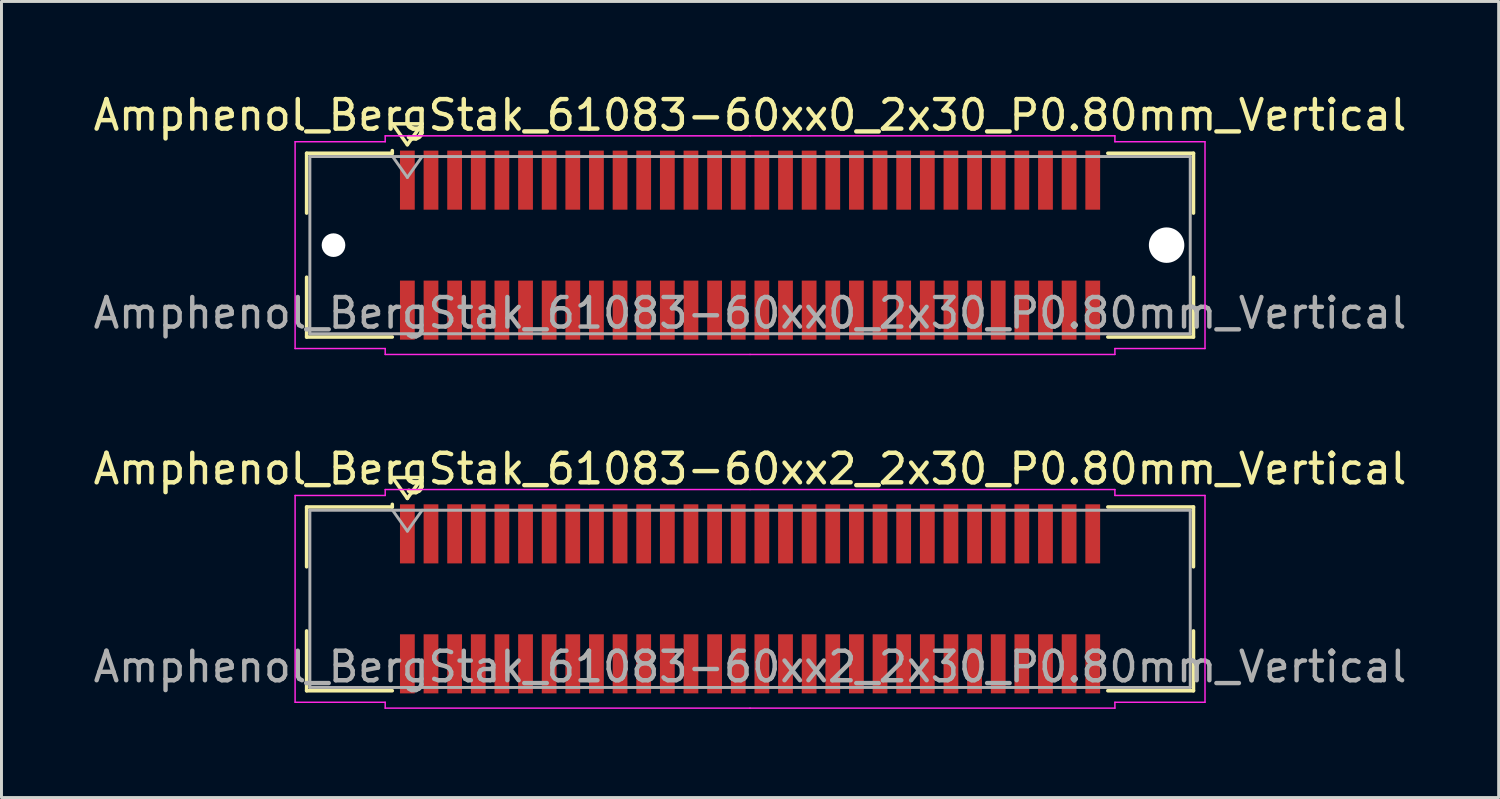
<source format=kicad_pcb>
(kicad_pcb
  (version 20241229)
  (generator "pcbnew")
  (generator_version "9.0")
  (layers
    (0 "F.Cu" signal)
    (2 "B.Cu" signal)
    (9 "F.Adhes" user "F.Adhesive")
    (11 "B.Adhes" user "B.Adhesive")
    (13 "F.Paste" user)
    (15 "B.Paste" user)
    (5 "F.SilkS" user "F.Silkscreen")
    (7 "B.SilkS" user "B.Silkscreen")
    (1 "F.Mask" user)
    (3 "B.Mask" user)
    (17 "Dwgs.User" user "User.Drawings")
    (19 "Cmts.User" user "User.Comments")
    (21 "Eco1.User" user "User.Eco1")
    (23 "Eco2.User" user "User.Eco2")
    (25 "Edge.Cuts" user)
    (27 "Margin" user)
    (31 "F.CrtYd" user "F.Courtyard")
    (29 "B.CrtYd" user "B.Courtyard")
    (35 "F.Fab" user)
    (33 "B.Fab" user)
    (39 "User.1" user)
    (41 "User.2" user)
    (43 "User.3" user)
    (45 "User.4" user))
  (footprint "Amphenol_BergStak_61083-60xx0_2x30_P0.80mm_Vertical"
    (layer "F.Cu")
    (at 22.339 5.248)
    (property "Reference" "Amphenol_BergStak_61083-60xx0_2x30_P0.80mm_Vertical" (at 0 -4.4 0) (layer "F.SilkS") (effects (font (size 1 1) (thickness 0.15))))
    (attr smd)
    (fp_line (start -15.01 -3.11) (end -12.11 -3.11) (stroke (width 0.12) (type solid)) (layer "F.SilkS"))
    (fp_line (start -15.01 -1.085) (end -15.01 -3.11) (stroke (width 0.12) (type solid)) (layer "F.SilkS"))
    (fp_line (start -15.01 1.085) (end -15.01 3.11) (stroke (width 0.12) (type solid)) (layer "F.SilkS"))
    (fp_line (start -15.01 3.11) (end -12.11 3.11) (stroke (width 0.12) (type solid)) (layer "F.SilkS"))
    (fp_line (start -12.11 -3.11) (end -12.11 -3.2) (stroke (width 0.12) (type solid)) (layer "F.SilkS"))
    (fp_line (start -12.1 -4.107) (end -11.6 -3.4) (stroke (width 0.12) (type solid)) (layer "F.SilkS"))
    (fp_line (start -11.6 -3.4) (end -11.1 -4.107) (stroke (width 0.12) (type solid)) (layer "F.SilkS"))
    (fp_line (start -11.1 -4.107) (end -12.1 -4.107) (stroke (width 0.12) (type solid)) (layer "F.SilkS"))
    (fp_line (start 15.01 -3.11) (end 12.11 -3.11) (stroke (width 0.12) (type solid)) (layer "F.SilkS"))
    (fp_line (start 15.01 -1.085) (end 15.01 -3.11) (stroke (width 0.12) (type solid)) (layer "F.SilkS"))
    (fp_line (start 15.01 1.085) (end 15.01 3.11) (stroke (width 0.12) (type solid)) (layer "F.SilkS"))
    (fp_line (start 15.01 3.11) (end 12.11 3.11) (stroke (width 0.12) (type solid)) (layer "F.SilkS"))
    (fp_line (start -15.4 -3.5) (end -15.4 3.5) (stroke (width 0.05) (type solid)) (layer "F.CrtYd"))
    (fp_line (start -15.4 3.5) (end -12.35 3.5) (stroke (width 0.05) (type solid)) (layer "F.CrtYd"))
    (fp_line (start -12.35 -3.7) (end -12.35 -3.5) (stroke (width 0.05) (type solid)) (layer "F.CrtYd"))
    (fp_line (start -12.35 -3.5) (end -15.4 -3.5) (stroke (width 0.05) (type solid)) (layer "F.CrtYd"))
    (fp_line (start -12.35 3.5) (end -12.35 3.7) (stroke (width 0.05) (type solid)) (layer "F.CrtYd"))
    (fp_line (start -12.35 3.7) (end 0 3.7) (stroke (width 0.05) (type solid)) (layer "F.CrtYd"))
    (fp_line (start 0 -3.7) (end -12.35 -3.7) (stroke (width 0.05) (type solid)) (layer "F.CrtYd"))
    (fp_line (start 0 -3.7) (end 12.35 -3.7) (stroke (width 0.05) (type solid)) (layer "F.CrtYd"))
    (fp_line (start 12.35 -3.7) (end 12.35 -3.5) (stroke (width 0.05) (type solid)) (layer "F.CrtYd"))
    (fp_line (start 12.35 -3.5) (end 15.4 -3.5) (stroke (width 0.05) (type solid)) (layer "F.CrtYd"))
    (fp_line (start 12.35 3.5) (end 12.35 3.7) (stroke (width 0.05) (type solid)) (layer "F.CrtYd"))
    (fp_line (start 12.35 3.7) (end 0 3.7) (stroke (width 0.05) (type solid)) (layer "F.CrtYd"))
    (fp_line (start 15.4 -3.5) (end 15.4 3.5) (stroke (width 0.05) (type solid)) (layer "F.CrtYd"))
    (fp_line (start 15.4 3.5) (end 12.35 3.5) (stroke (width 0.05) (type solid)) (layer "F.CrtYd"))
    (fp_line (start -14.9 -3) (end -14.9 3) (stroke (width 0.1) (type solid)) (layer "F.Fab"))
    (fp_line (start -14.9 3) (end 14.9 3) (stroke (width 0.1) (type solid)) (layer "F.Fab"))
    (fp_line (start -12.1 -3) (end -11.6 -2.293) (stroke (width 0.1) (type solid)) (layer "F.Fab"))
    (fp_line (start -11.6 -2.293) (end -11.1 -3) (stroke (width 0.1) (type solid)) (layer "F.Fab"))
    (fp_line (start 14.9 -3) (end -14.9 -3) (stroke (width 0.1) (type solid)) (layer "F.Fab"))
    (fp_line (start 14.9 3) (end 14.9 -3) (stroke (width 0.1) (type solid)) (layer "F.Fab"))
    (fp_text user "${REFERENCE}" (at 0 2.3 0) (layer "F.Fab") (effects (font (size 1 1) (thickness 0.15))))
    (pad "" np_thru_hole circle (at -14.1 0) (size 0.8 0.8) (drill 0.8) (layers "*.Cu" "*.Mask"))
    (pad "" np_thru_hole circle (at 14.1 0) (size 1.2 1.2) (drill 1.2) (layers "*.Cu" "*.Mask"))
    (pad "1" smd rect (at -11.6 -2.2) (size 0.5 2) (layers "F.Cu" "F.Mask" "F.Paste"))
    (pad "2" smd rect (at -11.6 2.2) (size 0.5 2) (layers "F.Cu" "F.Mask" "F.Paste"))
    (pad "3" smd rect (at -10.8 -2.2) (size 0.5 2) (layers "F.Cu" "F.Mask" "F.Paste"))
    (pad "4" smd rect (at -10.8 2.2) (size 0.5 2) (layers "F.Cu" "F.Mask" "F.Paste"))
    (pad "5" smd rect (at -10 -2.2) (size 0.5 2) (layers "F.Cu" "F.Mask" "F.Paste"))
    (pad "6" smd rect (at -10 2.2) (size 0.5 2) (layers "F.Cu" "F.Mask" "F.Paste"))
    (pad "7" smd rect (at -9.2 -2.2) (size 0.5 2) (layers "F.Cu" "F.Mask" "F.Paste"))
    (pad "8" smd rect (at -9.2 2.2) (size 0.5 2) (layers "F.Cu" "F.Mask" "F.Paste"))
    (pad "9" smd rect (at -8.4 -2.2) (size 0.5 2) (layers "F.Cu" "F.Mask" "F.Paste"))
    (pad "10" smd rect (at -8.4 2.2) (size 0.5 2) (layers "F.Cu" "F.Mask" "F.Paste"))
    (pad "11" smd rect (at -7.6 -2.2) (size 0.5 2) (layers "F.Cu" "F.Mask" "F.Paste"))
    (pad "12" smd rect (at -7.6 2.2) (size 0.5 2) (layers "F.Cu" "F.Mask" "F.Paste"))
    (pad "13" smd rect (at -6.8 -2.2) (size 0.5 2) (layers "F.Cu" "F.Mask" "F.Paste"))
    (pad "14" smd rect (at -6.8 2.2) (size 0.5 2) (layers "F.Cu" "F.Mask" "F.Paste"))
    (pad "15" smd rect (at -6 -2.2) (size 0.5 2) (layers "F.Cu" "F.Mask" "F.Paste"))
    (pad "16" smd rect (at -6 2.2) (size 0.5 2) (layers "F.Cu" "F.Mask" "F.Paste"))
    (pad "17" smd rect (at -5.2 -2.2) (size 0.5 2) (layers "F.Cu" "F.Mask" "F.Paste"))
    (pad "18" smd rect (at -5.2 2.2) (size 0.5 2) (layers "F.Cu" "F.Mask" "F.Paste"))
    (pad "19" smd rect (at -4.4 -2.2) (size 0.5 2) (layers "F.Cu" "F.Mask" "F.Paste"))
    (pad "20" smd rect (at -4.4 2.2) (size 0.5 2) (layers "F.Cu" "F.Mask" "F.Paste"))
    (pad "21" smd rect (at -3.6 -2.2) (size 0.5 2) (layers "F.Cu" "F.Mask" "F.Paste"))
    (pad "22" smd rect (at -3.6 2.2) (size 0.5 2) (layers "F.Cu" "F.Mask" "F.Paste"))
    (pad "23" smd rect (at -2.8 -2.2) (size 0.5 2) (layers "F.Cu" "F.Mask" "F.Paste"))
    (pad "24" smd rect (at -2.8 2.2) (size 0.5 2) (layers "F.Cu" "F.Mask" "F.Paste"))
    (pad "25" smd rect (at -2 -2.2) (size 0.5 2) (layers "F.Cu" "F.Mask" "F.Paste"))
    (pad "26" smd rect (at -2 2.2) (size 0.5 2) (layers "F.Cu" "F.Mask" "F.Paste"))
    (pad "27" smd rect (at -1.2 -2.2) (size 0.5 2) (layers "F.Cu" "F.Mask" "F.Paste"))
    (pad "28" smd rect (at -1.2 2.2) (size 0.5 2) (layers "F.Cu" "F.Mask" "F.Paste"))
    (pad "29" smd rect (at -0.4 -2.2) (size 0.5 2) (layers "F.Cu" "F.Mask" "F.Paste"))
    (pad "30" smd rect (at -0.4 2.2) (size 0.5 2) (layers "F.Cu" "F.Mask" "F.Paste"))
    (pad "31" smd rect (at 0.4 -2.2) (size 0.5 2) (layers "F.Cu" "F.Mask" "F.Paste"))
    (pad "32" smd rect (at 0.4 2.2) (size 0.5 2) (layers "F.Cu" "F.Mask" "F.Paste"))
    (pad "33" smd rect (at 1.2 -2.2) (size 0.5 2) (layers "F.Cu" "F.Mask" "F.Paste"))
    (pad "34" smd rect (at 1.2 2.2) (size 0.5 2) (layers "F.Cu" "F.Mask" "F.Paste"))
    (pad "35" smd rect (at 2 -2.2) (size 0.5 2) (layers "F.Cu" "F.Mask" "F.Paste"))
    (pad "36" smd rect (at 2 2.2) (size 0.5 2) (layers "F.Cu" "F.Mask" "F.Paste"))
    (pad "37" smd rect (at 2.8 -2.2) (size 0.5 2) (layers "F.Cu" "F.Mask" "F.Paste"))
    (pad "38" smd rect (at 2.8 2.2) (size 0.5 2) (layers "F.Cu" "F.Mask" "F.Paste"))
    (pad "39" smd rect (at 3.6 -2.2) (size 0.5 2) (layers "F.Cu" "F.Mask" "F.Paste"))
    (pad "40" smd rect (at 3.6 2.2) (size 0.5 2) (layers "F.Cu" "F.Mask" "F.Paste"))
    (pad "41" smd rect (at 4.4 -2.2) (size 0.5 2) (layers "F.Cu" "F.Mask" "F.Paste"))
    (pad "42" smd rect (at 4.4 2.2) (size 0.5 2) (layers "F.Cu" "F.Mask" "F.Paste"))
    (pad "43" smd rect (at 5.2 -2.2) (size 0.5 2) (layers "F.Cu" "F.Mask" "F.Paste"))
    (pad "44" smd rect (at 5.2 2.2) (size 0.5 2) (layers "F.Cu" "F.Mask" "F.Paste"))
    (pad "45" smd rect (at 6 -2.2) (size 0.5 2) (layers "F.Cu" "F.Mask" "F.Paste"))
    (pad "46" smd rect (at 6 2.2) (size 0.5 2) (layers "F.Cu" "F.Mask" "F.Paste"))
    (pad "47" smd rect (at 6.8 -2.2) (size 0.5 2) (layers "F.Cu" "F.Mask" "F.Paste"))
    (pad "48" smd rect (at 6.8 2.2) (size 0.5 2) (layers "F.Cu" "F.Mask" "F.Paste"))
    (pad "49" smd rect (at 7.6 -2.2) (size 0.5 2) (layers "F.Cu" "F.Mask" "F.Paste"))
    (pad "50" smd rect (at 7.6 2.2) (size 0.5 2) (layers "F.Cu" "F.Mask" "F.Paste"))
    (pad "51" smd rect (at 8.4 -2.2) (size 0.5 2) (layers "F.Cu" "F.Mask" "F.Paste"))
    (pad "52" smd rect (at 8.4 2.2) (size 0.5 2) (layers "F.Cu" "F.Mask" "F.Paste"))
    (pad "53" smd rect (at 9.2 -2.2) (size 0.5 2) (layers "F.Cu" "F.Mask" "F.Paste"))
    (pad "54" smd rect (at 9.2 2.2) (size 0.5 2) (layers "F.Cu" "F.Mask" "F.Paste"))
    (pad "55" smd rect (at 10 -2.2) (size 0.5 2) (layers "F.Cu" "F.Mask" "F.Paste"))
    (pad "56" smd rect (at 10 2.2) (size 0.5 2) (layers "F.Cu" "F.Mask" "F.Paste"))
    (pad "57" smd rect (at 10.8 -2.2) (size 0.5 2) (layers "F.Cu" "F.Mask" "F.Paste"))
    (pad "58" smd rect (at 10.8 2.2) (size 0.5 2) (layers "F.Cu" "F.Mask" "F.Paste"))
    (pad "59" smd rect (at 11.6 -2.2) (size 0.5 2) (layers "F.Cu" "F.Mask" "F.Paste"))
    (pad "60" smd rect (at 11.6 2.2) (size 0.5 2) (layers "F.Cu" "F.Mask" "F.Paste")))
  (footprint "Amphenol_BergStak_61083-60xx2_2x30_P0.80mm_Vertical"
    (layer "F.Cu")
    (at 22.339 17.221)
    (property "Reference" "Amphenol_BergStak_61083-60xx2_2x30_P0.80mm_Vertical" (at 0 -4.4 0) (layer "F.SilkS") (effects (font (size 1 1) (thickness 0.15))))
    (attr smd)
    (fp_line (start -15.01 -3.11) (end -12.11 -3.11) (stroke (width 0.12) (type solid)) (layer "F.SilkS"))
    (fp_line (start -15.01 -1.085) (end -15.01 -3.11) (stroke (width 0.12) (type solid)) (layer "F.SilkS"))
    (fp_line (start -15.01 1.085) (end -15.01 3.11) (stroke (width 0.12) (type solid)) (layer "F.SilkS"))
    (fp_line (start -15.01 3.11) (end -12.11 3.11) (stroke (width 0.12) (type solid)) (layer "F.SilkS"))
    (fp_line (start -12.11 -3.11) (end -12.11 -3.2) (stroke (width 0.12) (type solid)) (layer "F.SilkS"))
    (fp_line (start -12.1 -4.107) (end -11.6 -3.4) (stroke (width 0.12) (type solid)) (layer "F.SilkS"))
    (fp_line (start -11.6 -3.4) (end -11.1 -4.107) (stroke (width 0.12) (type solid)) (layer "F.SilkS"))
    (fp_line (start -11.1 -4.107) (end -12.1 -4.107) (stroke (width 0.12) (type solid)) (layer "F.SilkS"))
    (fp_line (start 15.01 -3.11) (end 12.11 -3.11) (stroke (width 0.12) (type solid)) (layer "F.SilkS"))
    (fp_line (start 15.01 -1.085) (end 15.01 -3.11) (stroke (width 0.12) (type solid)) (layer "F.SilkS"))
    (fp_line (start 15.01 1.085) (end 15.01 3.11) (stroke (width 0.12) (type solid)) (layer "F.SilkS"))
    (fp_line (start 15.01 3.11) (end 12.11 3.11) (stroke (width 0.12) (type solid)) (layer "F.SilkS"))
    (fp_line (start -15.4 -3.5) (end -15.4 3.5) (stroke (width 0.05) (type solid)) (layer "F.CrtYd"))
    (fp_line (start -15.4 3.5) (end -12.35 3.5) (stroke (width 0.05) (type solid)) (layer "F.CrtYd"))
    (fp_line (start -12.35 -3.7) (end -12.35 -3.5) (stroke (width 0.05) (type solid)) (layer "F.CrtYd"))
    (fp_line (start -12.35 -3.5) (end -15.4 -3.5) (stroke (width 0.05) (type solid)) (layer "F.CrtYd"))
    (fp_line (start -12.35 3.5) (end -12.35 3.7) (stroke (width 0.05) (type solid)) (layer "F.CrtYd"))
    (fp_line (start -12.35 3.7) (end 0 3.7) (stroke (width 0.05) (type solid)) (layer "F.CrtYd"))
    (fp_line (start 0 -3.7) (end -12.35 -3.7) (stroke (width 0.05) (type solid)) (layer "F.CrtYd"))
    (fp_line (start 0 -3.7) (end 12.35 -3.7) (stroke (width 0.05) (type solid)) (layer "F.CrtYd"))
    (fp_line (start 12.35 -3.7) (end 12.35 -3.5) (stroke (width 0.05) (type solid)) (layer "F.CrtYd"))
    (fp_line (start 12.35 -3.5) (end 15.4 -3.5) (stroke (width 0.05) (type solid)) (layer "F.CrtYd"))
    (fp_line (start 12.35 3.5) (end 12.35 3.7) (stroke (width 0.05) (type solid)) (layer "F.CrtYd"))
    (fp_line (start 12.35 3.7) (end 0 3.7) (stroke (width 0.05) (type solid)) (layer "F.CrtYd"))
    (fp_line (start 15.4 -3.5) (end 15.4 3.5) (stroke (width 0.05) (type solid)) (layer "F.CrtYd"))
    (fp_line (start 15.4 3.5) (end 12.35 3.5) (stroke (width 0.05) (type solid)) (layer "F.CrtYd"))
    (fp_line (start -14.9 -3) (end -14.9 3) (stroke (width 0.1) (type solid)) (layer "F.Fab"))
    (fp_line (start -14.9 3) (end 14.9 3) (stroke (width 0.1) (type solid)) (layer "F.Fab"))
    (fp_line (start -12.1 -3) (end -11.6 -2.293) (stroke (width 0.1) (type solid)) (layer "F.Fab"))
    (fp_line (start -11.6 -2.293) (end -11.1 -3) (stroke (width 0.1) (type solid)) (layer "F.Fab"))
    (fp_line (start 14.9 -3) (end -14.9 -3) (stroke (width 0.1) (type solid)) (layer "F.Fab"))
    (fp_line (start 14.9 3) (end 14.9 -3) (stroke (width 0.1) (type solid)) (layer "F.Fab"))
    (fp_text user "${REFERENCE}" (at 0 2.3 0) (layer "F.Fab") (effects (font (size 1 1) (thickness 0.15))))
    (pad "1" smd rect (at -11.6 -2.2) (size 0.5 2) (layers "F.Cu" "F.Mask" "F.Paste"))
    (pad "2" smd rect (at -11.6 2.2) (size 0.5 2) (layers "F.Cu" "F.Mask" "F.Paste"))
    (pad "3" smd rect (at -10.8 -2.2) (size 0.5 2) (layers "F.Cu" "F.Mask" "F.Paste"))
    (pad "4" smd rect (at -10.8 2.2) (size 0.5 2) (layers "F.Cu" "F.Mask" "F.Paste"))
    (pad "5" smd rect (at -10 -2.2) (size 0.5 2) (layers "F.Cu" "F.Mask" "F.Paste"))
    (pad "6" smd rect (at -10 2.2) (size 0.5 2) (layers "F.Cu" "F.Mask" "F.Paste"))
    (pad "7" smd rect (at -9.2 -2.2) (size 0.5 2) (layers "F.Cu" "F.Mask" "F.Paste"))
    (pad "8" smd rect (at -9.2 2.2) (size 0.5 2) (layers "F.Cu" "F.Mask" "F.Paste"))
    (pad "9" smd rect (at -8.4 -2.2) (size 0.5 2) (layers "F.Cu" "F.Mask" "F.Paste"))
    (pad "10" smd rect (at -8.4 2.2) (size 0.5 2) (layers "F.Cu" "F.Mask" "F.Paste"))
    (pad "11" smd rect (at -7.6 -2.2) (size 0.5 2) (layers "F.Cu" "F.Mask" "F.Paste"))
    (pad "12" smd rect (at -7.6 2.2) (size 0.5 2) (layers "F.Cu" "F.Mask" "F.Paste"))
    (pad "13" smd rect (at -6.8 -2.2) (size 0.5 2) (layers "F.Cu" "F.Mask" "F.Paste"))
    (pad "14" smd rect (at -6.8 2.2) (size 0.5 2) (layers "F.Cu" "F.Mask" "F.Paste"))
    (pad "15" smd rect (at -6 -2.2) (size 0.5 2) (layers "F.Cu" "F.Mask" "F.Paste"))
    (pad "16" smd rect (at -6 2.2) (size 0.5 2) (layers "F.Cu" "F.Mask" "F.Paste"))
    (pad "17" smd rect (at -5.2 -2.2) (size 0.5 2) (layers "F.Cu" "F.Mask" "F.Paste"))
    (pad "18" smd rect (at -5.2 2.2) (size 0.5 2) (layers "F.Cu" "F.Mask" "F.Paste"))
    (pad "19" smd rect (at -4.4 -2.2) (size 0.5 2) (layers "F.Cu" "F.Mask" "F.Paste"))
    (pad "20" smd rect (at -4.4 2.2) (size 0.5 2) (layers "F.Cu" "F.Mask" "F.Paste"))
    (pad "21" smd rect (at -3.6 -2.2) (size 0.5 2) (layers "F.Cu" "F.Mask" "F.Paste"))
    (pad "22" smd rect (at -3.6 2.2) (size 0.5 2) (layers "F.Cu" "F.Mask" "F.Paste"))
    (pad "23" smd rect (at -2.8 -2.2) (size 0.5 2) (layers "F.Cu" "F.Mask" "F.Paste"))
    (pad "24" smd rect (at -2.8 2.2) (size 0.5 2) (layers "F.Cu" "F.Mask" "F.Paste"))
    (pad "25" smd rect (at -2 -2.2) (size 0.5 2) (layers "F.Cu" "F.Mask" "F.Paste"))
    (pad "26" smd rect (at -2 2.2) (size 0.5 2) (layers "F.Cu" "F.Mask" "F.Paste"))
    (pad "27" smd rect (at -1.2 -2.2) (size 0.5 2) (layers "F.Cu" "F.Mask" "F.Paste"))
    (pad "28" smd rect (at -1.2 2.2) (size 0.5 2) (layers "F.Cu" "F.Mask" "F.Paste"))
    (pad "29" smd rect (at -0.4 -2.2) (size 0.5 2) (layers "F.Cu" "F.Mask" "F.Paste"))
    (pad "30" smd rect (at -0.4 2.2) (size 0.5 2) (layers "F.Cu" "F.Mask" "F.Paste"))
    (pad "31" smd rect (at 0.4 -2.2) (size 0.5 2) (layers "F.Cu" "F.Mask" "F.Paste"))
    (pad "32" smd rect (at 0.4 2.2) (size 0.5 2) (layers "F.Cu" "F.Mask" "F.Paste"))
    (pad "33" smd rect (at 1.2 -2.2) (size 0.5 2) (layers "F.Cu" "F.Mask" "F.Paste"))
    (pad "34" smd rect (at 1.2 2.2) (size 0.5 2) (layers "F.Cu" "F.Mask" "F.Paste"))
    (pad "35" smd rect (at 2 -2.2) (size 0.5 2) (layers "F.Cu" "F.Mask" "F.Paste"))
    (pad "36" smd rect (at 2 2.2) (size 0.5 2) (layers "F.Cu" "F.Mask" "F.Paste"))
    (pad "37" smd rect (at 2.8 -2.2) (size 0.5 2) (layers "F.Cu" "F.Mask" "F.Paste"))
    (pad "38" smd rect (at 2.8 2.2) (size 0.5 2) (layers "F.Cu" "F.Mask" "F.Paste"))
    (pad "39" smd rect (at 3.6 -2.2) (size 0.5 2) (layers "F.Cu" "F.Mask" "F.Paste"))
    (pad "40" smd rect (at 3.6 2.2) (size 0.5 2) (layers "F.Cu" "F.Mask" "F.Paste"))
    (pad "41" smd rect (at 4.4 -2.2) (size 0.5 2) (layers "F.Cu" "F.Mask" "F.Paste"))
    (pad "42" smd rect (at 4.4 2.2) (size 0.5 2) (layers "F.Cu" "F.Mask" "F.Paste"))
    (pad "43" smd rect (at 5.2 -2.2) (size 0.5 2) (layers "F.Cu" "F.Mask" "F.Paste"))
    (pad "44" smd rect (at 5.2 2.2) (size 0.5 2) (layers "F.Cu" "F.Mask" "F.Paste"))
    (pad "45" smd rect (at 6 -2.2) (size 0.5 2) (layers "F.Cu" "F.Mask" "F.Paste"))
    (pad "46" smd rect (at 6 2.2) (size 0.5 2) (layers "F.Cu" "F.Mask" "F.Paste"))
    (pad "47" smd rect (at 6.8 -2.2) (size 0.5 2) (layers "F.Cu" "F.Mask" "F.Paste"))
    (pad "48" smd rect (at 6.8 2.2) (size 0.5 2) (layers "F.Cu" "F.Mask" "F.Paste"))
    (pad "49" smd rect (at 7.6 -2.2) (size 0.5 2) (layers "F.Cu" "F.Mask" "F.Paste"))
    (pad "50" smd rect (at 7.6 2.2) (size 0.5 2) (layers "F.Cu" "F.Mask" "F.Paste"))
    (pad "51" smd rect (at 8.4 -2.2) (size 0.5 2) (layers "F.Cu" "F.Mask" "F.Paste"))
    (pad "52" smd rect (at 8.4 2.2) (size 0.5 2) (layers "F.Cu" "F.Mask" "F.Paste"))
    (pad "53" smd rect (at 9.2 -2.2) (size 0.5 2) (layers "F.Cu" "F.Mask" "F.Paste"))
    (pad "54" smd rect (at 9.2 2.2) (size 0.5 2) (layers "F.Cu" "F.Mask" "F.Paste"))
    (pad "55" smd rect (at 10 -2.2) (size 0.5 2) (layers "F.Cu" "F.Mask" "F.Paste"))
    (pad "56" smd rect (at 10 2.2) (size 0.5 2) (layers "F.Cu" "F.Mask" "F.Paste"))
    (pad "57" smd rect (at 10.8 -2.2) (size 0.5 2) (layers "F.Cu" "F.Mask" "F.Paste"))
    (pad "58" smd rect (at 10.8 2.2) (size 0.5 2) (layers "F.Cu" "F.Mask" "F.Paste"))
    (pad "59" smd rect (at 11.6 -2.2) (size 0.5 2) (layers "F.Cu" "F.Mask" "F.Paste"))
    (pad "60" smd rect (at 11.6 2.2) (size 0.5 2) (layers "F.Cu" "F.Mask" "F.Paste")))
  (gr_rect
    (start -3 -3)
    (end 47.679 23.947)
    (stroke (width 0.1) (type default))
    (fill no)
    (layer "Edge.Cuts")))
</source>
